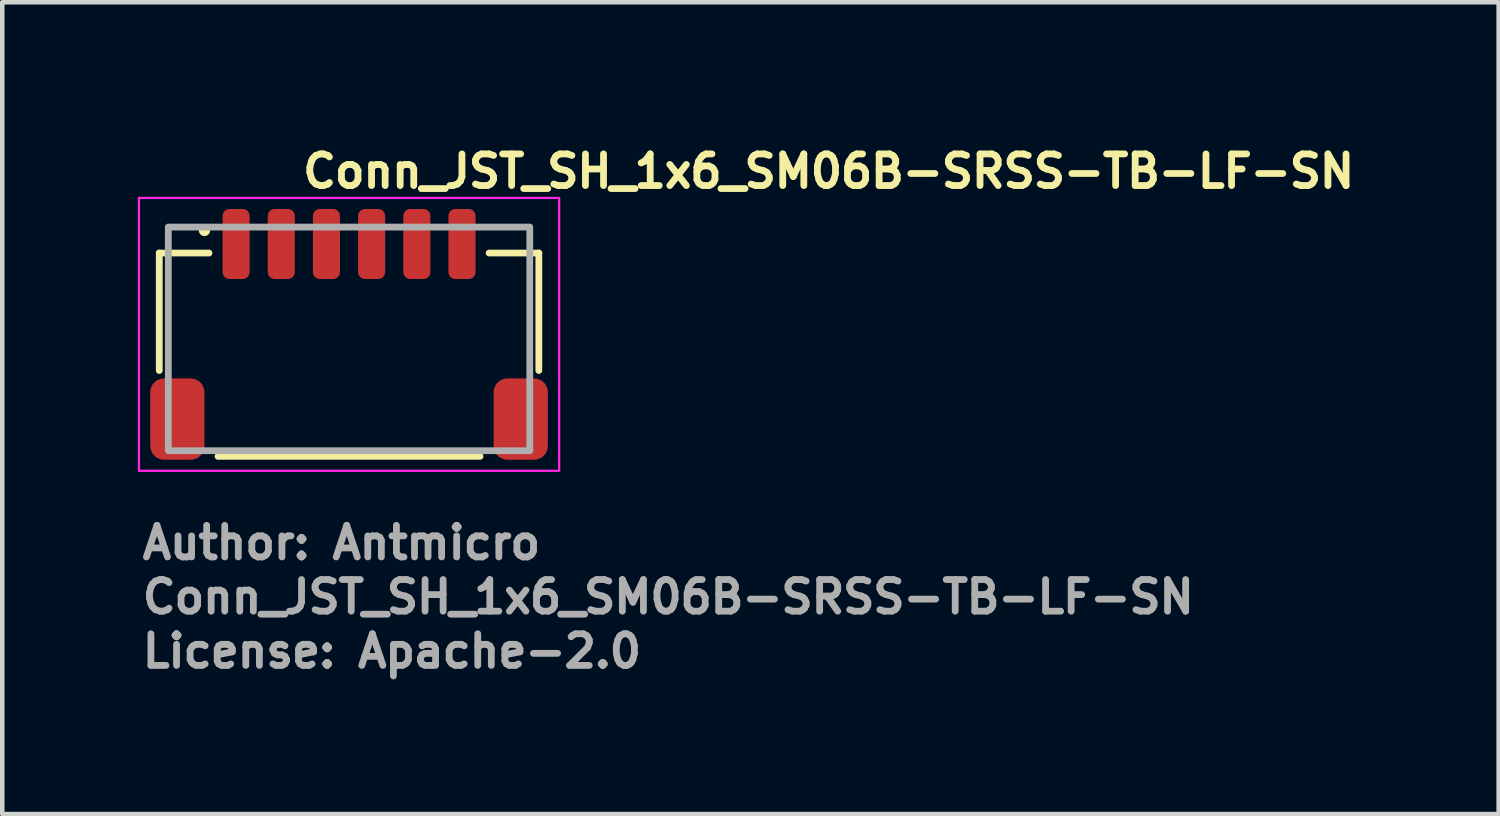
<source format=kicad_pcb>
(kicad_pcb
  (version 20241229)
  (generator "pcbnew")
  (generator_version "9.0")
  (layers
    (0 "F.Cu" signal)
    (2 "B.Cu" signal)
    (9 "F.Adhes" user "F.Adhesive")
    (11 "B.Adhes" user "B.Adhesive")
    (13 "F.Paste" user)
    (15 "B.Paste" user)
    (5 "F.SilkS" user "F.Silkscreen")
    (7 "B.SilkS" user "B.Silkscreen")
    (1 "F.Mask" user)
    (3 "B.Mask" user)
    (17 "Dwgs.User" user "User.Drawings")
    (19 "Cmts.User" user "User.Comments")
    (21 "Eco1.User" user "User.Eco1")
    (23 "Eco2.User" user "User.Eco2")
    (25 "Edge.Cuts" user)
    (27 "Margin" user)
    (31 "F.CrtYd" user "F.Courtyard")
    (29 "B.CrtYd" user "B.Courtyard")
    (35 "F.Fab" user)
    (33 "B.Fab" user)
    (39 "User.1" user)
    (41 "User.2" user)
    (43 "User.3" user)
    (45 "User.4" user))
  (footprint "Conn_JST_SH_1x6_SM06B-SRSS-TB-LF-SN"
    (layer "F.Cu")
    (at 4.675 4.45)
    (property "Reference" "Conn_JST_SH_1x6_SM06B-SRSS-TB-LF-SN" (at -1.1 -3.3 0) (layer "F.SilkS") (effects (font (size 0.7 0.7) (thickness 0.15)) (justify left bottom)))
    (attr smd)
    (fp_line (start -4.2 -1.9) (end -4.2 0.7) (stroke (width 0.15) (type solid)) (layer "F.SilkS"))
    (fp_line (start -3.1 -1.9) (end -4.2 -1.9) (stroke (width 0.15) (type solid)) (layer "F.SilkS"))
    (fp_line (start -2.9 2.6) (end 2.9 2.6) (stroke (width 0.15) (type solid)) (layer "F.SilkS"))
    (fp_line (start 3.1 -1.9) (end 4.2 -1.9) (stroke (width 0.15) (type solid)) (layer "F.SilkS"))
    (fp_line (start 4.2 -1.9) (end 4.2 0.7) (stroke (width 0.15) (type solid)) (layer "F.SilkS"))
    (fp_circle (center -3.2 -2.4) (end -3.15 -2.4) (stroke (width 0.15) (type solid)) (fill yes) (layer "F.SilkS"))
    (fp_rect (start -4.65 -3.12) (end 4.65 2.92) (stroke (width 0.05) (type solid)) (fill no) (layer "F.CrtYd"))
    (fp_rect (start -4 -2.475) (end 4 2.475) (stroke (width 0.15) (type solid)) (fill no) (layer "F.Fab"))
    (fp_rect (start -4 -2.475) (end 4 2.475) (stroke (width 0.1) (type solid)) (fill no) (layer "User.5"))
    (fp_line (start -4 -1.775) (end -4 -1.175) (stroke (width 0.02) (type solid)) (layer "User.9"))
    (fp_line (start -4 -1.175) (end -4 -1.125) (stroke (width 0.02) (type solid)) (layer "User.9"))
    (fp_line (start -4 -1.125) (end -4 -0.525) (stroke (width 0.02) (type solid)) (layer "User.9"))
    (fp_line (start -4 -0.325) (end -4 -0.525) (stroke (width 0.02) (type solid)) (layer "User.9"))
    (fp_line (start -4 -0.325) (end -3.9 -0.275) (stroke (width 0.02) (type solid)) (layer "User.9"))
    (fp_line (start -4 2.475) (end -4 -0.325) (stroke (width 0.02) (type solid)) (layer "User.9"))
    (fp_line (start -3.9 -0.275) (end -3.9 2.475) (stroke (width 0.02) (type solid)) (layer "User.9"))
    (fp_line (start -3.9 2.475) (end -4 2.475) (stroke (width 0.02) (type solid)) (layer "User.9"))
    (fp_line (start -3.7 -1.175) (end -4 -1.175) (stroke (width 0.02) (type solid)) (layer "User.9"))
    (fp_line (start -3.7 -1.125) (end -4 -1.125) (stroke (width 0.02) (type solid)) (layer "User.9"))
    (fp_line (start -3.7 -1.125) (end -3.7 -1.175) (stroke (width 0.02) (type solid)) (layer "User.9"))
    (fp_line (start -3.7 -0.525) (end -4 -0.525) (stroke (width 0.02) (type solid)) (layer "User.9"))
    (fp_line (start -3.7 -0.525) (end -3.7 -1.125) (stroke (width 0.02) (type solid)) (layer "User.9"))
    (fp_line (start -3.7 -0.525) (end -3.7 -0.275) (stroke (width 0.02) (type solid)) (layer "User.9"))
    (fp_line (start -3.7 -0.275) (end -3.9 -0.275) (stroke (width 0.02) (type solid)) (layer "User.9"))
    (fp_line (start -3.5 -1.775) (end -4 -1.775) (stroke (width 0.02) (type solid)) (layer "User.9"))
    (fp_line (start -3.5 -1.775) (end -3.5 -1.175) (stroke (width 0.02) (type solid)) (layer "User.9"))
    (fp_line (start -3.5 -1.775) (end -2.725 -1.775) (stroke (width 0.02) (type solid)) (layer "User.9"))
    (fp_line (start -3.5 -1.175) (end -3.45 -1.175) (stroke (width 0.02) (type solid)) (layer "User.9"))
    (fp_line (start -3.5 -0.275) (end -3.5 -1.175) (stroke (width 0.02) (type solid)) (layer "User.9"))
    (fp_line (start -3.45 -1.175) (end -3.45 -0.275) (stroke (width 0.02) (type solid)) (layer "User.9"))
    (fp_line (start -3.45 -0.275) (end -3.7 -0.275) (stroke (width 0.02) (type solid)) (layer "User.9"))
    (fp_line (start -2.575 -2.475) (end -2.575 -2.475) (stroke (width 0.02) (type solid)) (layer "User.9"))
    (fp_line (start -2.575 -2.475) (end -2.575 -2.474) (stroke (width 0.02) (type solid)) (layer "User.9"))
    (fp_line (start -2.575 -2.475) (end -2.425 -2.475) (stroke (width 0.02) (type solid)) (layer "User.9"))
    (fp_line (start -2.575 -2.475) (end -2.425 -2.475) (stroke (width 0.02) (type solid)) (layer "User.9"))
    (fp_line (start -2.575 -2.474) (end -2.575 -2.472) (stroke (width 0.02) (type solid)) (layer "User.9"))
    (fp_line (start -2.575 -2.472) (end -2.575 -2.47) (stroke (width 0.02) (type solid)) (layer "User.9"))
    (fp_line (start -2.575 -2.47) (end -2.575 -2.467) (stroke (width 0.02) (type solid)) (layer "User.9"))
    (fp_line (start -2.575 -2.467) (end -2.575 -2.464) (stroke (width 0.02) (type solid)) (layer "User.9"))
    (fp_line (start -2.575 -2.464) (end -2.575 -2.46) (stroke (width 0.02) (type solid)) (layer "User.9"))
    (fp_line (start -2.575 -2.46) (end -2.575 -2.456) (stroke (width 0.02) (type solid)) (layer "User.9"))
    (fp_line (start -2.575 -2.456) (end -2.575 -2.452) (stroke (width 0.02) (type solid)) (layer "User.9"))
    (fp_line (start -2.575 -2.452) (end -2.575 -2.447) (stroke (width 0.02) (type solid)) (layer "User.9"))
    (fp_line (start -2.575 -2.447) (end -2.575 -2.442) (stroke (width 0.02) (type solid)) (layer "User.9"))
    (fp_line (start -2.575 -2.442) (end -2.575 -2.436) (stroke (width 0.02) (type solid)) (layer "User.9"))
    (fp_line (start -2.575 -2.436) (end -2.575 -2.431) (stroke (width 0.02) (type solid)) (layer "User.9"))
    (fp_line (start -2.575 -2.431) (end -2.575 -2.425) (stroke (width 0.02) (type solid)) (layer "User.9"))
    (fp_line (start -2.575 -2.425) (end -2.575 -1.999) (stroke (width 0.02) (type solid)) (layer "User.9"))
    (fp_line (start -2.575 -2.425) (end -2.425 -2.425) (stroke (width 0.02) (type solid)) (layer "User.9"))
    (fp_line (start -2.575 -1.999) (end -2.575 -1.625) (stroke (width 0.02) (type solid)) (layer "User.9"))
    (fp_line (start -2.575 -1.999) (end -2.425 -1.999) (stroke (width 0.02) (type solid)) (layer "User.9"))
    (fp_line (start -2.575 -1.625) (end -2.725 -1.775) (stroke (width 0.02) (type solid)) (layer "User.9"))
    (fp_line (start -2.575 -1.625) (end -2.575 -1.175) (stroke (width 0.02) (type solid)) (layer "User.9"))
    (fp_line (start -2.575 -1.175) (end -2.575 -1.625) (stroke (width 0.02) (type solid)) (layer "User.9"))
    (fp_line (start -2.425 -2.475) (end -2.425 -2.475) (stroke (width 0.02) (type solid)) (layer "User.9"))
    (fp_line (start -2.425 -2.475) (end -2.425 -2.474) (stroke (width 0.02) (type solid)) (layer "User.9"))
    (fp_line (start -2.425 -2.474) (end -2.425 -2.472) (stroke (width 0.02) (type solid)) (layer "User.9"))
    (fp_line (start -2.425 -2.472) (end -2.425 -2.47) (stroke (width 0.02) (type solid)) (layer "User.9"))
    (fp_line (start -2.425 -2.47) (end -2.425 -2.467) (stroke (width 0.02) (type solid)) (layer "User.9"))
    (fp_line (start -2.425 -2.467) (end -2.425 -2.464) (stroke (width 0.02) (type solid)) (layer "User.9"))
    (fp_line (start -2.425 -2.464) (end -2.425 -2.46) (stroke (width 0.02) (type solid)) (layer "User.9"))
    (fp_line (start -2.425 -2.46) (end -2.425 -2.456) (stroke (width 0.02) (type solid)) (layer "User.9"))
    (fp_line (start -2.425 -2.456) (end -2.425 -2.452) (stroke (width 0.02) (type solid)) (layer "User.9"))
    (fp_line (start -2.425 -2.452) (end -2.425 -2.447) (stroke (width 0.02) (type solid)) (layer "User.9"))
    (fp_line (start -2.425 -2.447) (end -2.425 -2.442) (stroke (width 0.02) (type solid)) (layer "User.9"))
    (fp_line (start -2.425 -2.442) (end -2.425 -2.436) (stroke (width 0.02) (type solid)) (layer "User.9"))
    (fp_line (start -2.425 -2.436) (end -2.425 -2.431) (stroke (width 0.02) (type solid)) (layer "User.9"))
    (fp_line (start -2.425 -2.431) (end -2.425 -2.425) (stroke (width 0.02) (type solid)) (layer "User.9"))
    (fp_line (start -2.425 -2.425) (end -2.425 -1.999) (stroke (width 0.02) (type solid)) (layer "User.9"))
    (fp_line (start -2.425 -1.999) (end -2.425 -1.625) (stroke (width 0.02) (type solid)) (layer "User.9"))
    (fp_line (start -2.425 -1.625) (end -2.575 -1.625) (stroke (width 0.02) (type solid)) (layer "User.9"))
    (fp_line (start -2.425 -1.625) (end -2.425 -1.175) (stroke (width 0.02) (type solid)) (layer "User.9"))
    (fp_line (start -2.425 -1.175) (end -2.425 -1.625) (stroke (width 0.02) (type solid)) (layer "User.9"))
    (fp_line (start -2.275 -1.775) (end -2.425 -1.625) (stroke (width 0.02) (type solid)) (layer "User.9"))
    (fp_line (start -2.275 -1.775) (end -1.725 -1.775) (stroke (width 0.02) (type solid)) (layer "User.9"))
    (fp_line (start -1.575 -2.475) (end -1.575 -2.475) (stroke (width 0.02) (type solid)) (layer "User.9"))
    (fp_line (start -1.575 -2.475) (end -1.575 -2.474) (stroke (width 0.02) (type solid)) (layer "User.9"))
    (fp_line (start -1.575 -2.475) (end -1.425 -2.475) (stroke (width 0.02) (type solid)) (layer "User.9"))
    (fp_line (start -1.575 -2.475) (end -1.425 -2.475) (stroke (width 0.02) (type solid)) (layer "User.9"))
    (fp_line (start -1.575 -2.474) (end -1.575 -2.472) (stroke (width 0.02) (type solid)) (layer "User.9"))
    (fp_line (start -1.575 -2.472) (end -1.575 -2.47) (stroke (width 0.02) (type solid)) (layer "User.9"))
    (fp_line (start -1.575 -2.47) (end -1.575 -2.467) (stroke (width 0.02) (type solid)) (layer "User.9"))
    (fp_line (start -1.575 -2.467) (end -1.575 -2.464) (stroke (width 0.02) (type solid)) (layer "User.9"))
    (fp_line (start -1.575 -2.464) (end -1.575 -2.46) (stroke (width 0.02) (type solid)) (layer "User.9"))
    (fp_line (start -1.575 -2.46) (end -1.575 -2.456) (stroke (width 0.02) (type solid)) (layer "User.9"))
    (fp_line (start -1.575 -2.456) (end -1.575 -2.452) (stroke (width 0.02) (type solid)) (layer "User.9"))
    (fp_line (start -1.575 -2.452) (end -1.575 -2.447) (stroke (width 0.02) (type solid)) (layer "User.9"))
    (fp_line (start -1.575 -2.447) (end -1.575 -2.442) (stroke (width 0.02) (type solid)) (layer "User.9"))
    (fp_line (start -1.575 -2.442) (end -1.575 -2.436) (stroke (width 0.02) (type solid)) (layer "User.9"))
    (fp_line (start -1.575 -2.436) (end -1.575 -2.431) (stroke (width 0.02) (type solid)) (layer "User.9"))
    (fp_line (start -1.575 -2.431) (end -1.575 -2.425) (stroke (width 0.02) (type solid)) (layer "User.9"))
    (fp_line (start -1.575 -2.425) (end -1.575 -1.999) (stroke (width 0.02) (type solid)) (layer "User.9"))
    (fp_line (start -1.575 -2.425) (end -1.425 -2.425) (stroke (width 0.02) (type solid)) (layer "User.9"))
    (fp_line (start -1.575 -1.999) (end -1.575 -1.625) (stroke (width 0.02) (type solid)) (layer "User.9"))
    (fp_line (start -1.575 -1.999) (end -1.425 -1.999) (stroke (width 0.02) (type solid)) (layer "User.9"))
    (fp_line (start -1.575 -1.625) (end -1.725 -1.775) (stroke (width 0.02) (type solid)) (layer "User.9"))
    (fp_line (start -1.575 -1.625) (end -1.575 -1.175) (stroke (width 0.02) (type solid)) (layer "User.9"))
    (fp_line (start -1.575 -1.175) (end -1.575 -1.625) (stroke (width 0.02) (type solid)) (layer "User.9"))
    (fp_line (start -1.425 -2.475) (end -1.425 -2.475) (stroke (width 0.02) (type solid)) (layer "User.9"))
    (fp_line (start -1.425 -2.475) (end -1.425 -2.474) (stroke (width 0.02) (type solid)) (layer "User.9"))
    (fp_line (start -1.425 -2.474) (end -1.425 -2.472) (stroke (width 0.02) (type solid)) (layer "User.9"))
    (fp_line (start -1.425 -2.472) (end -1.425 -2.47) (stroke (width 0.02) (type solid)) (layer "User.9"))
    (fp_line (start -1.425 -2.47) (end -1.425 -2.467) (stroke (width 0.02) (type solid)) (layer "User.9"))
    (fp_line (start -1.425 -2.467) (end -1.425 -2.464) (stroke (width 0.02) (type solid)) (layer "User.9"))
    (fp_line (start -1.425 -2.464) (end -1.425 -2.46) (stroke (width 0.02) (type solid)) (layer "User.9"))
    (fp_line (start -1.425 -2.46) (end -1.425 -2.456) (stroke (width 0.02) (type solid)) (layer "User.9"))
    (fp_line (start -1.425 -2.456) (end -1.425 -2.452) (stroke (width 0.02) (type solid)) (layer "User.9"))
    (fp_line (start -1.425 -2.452) (end -1.425 -2.447) (stroke (width 0.02) (type solid)) (layer "User.9"))
    (fp_line (start -1.425 -2.447) (end -1.425 -2.442) (stroke (width 0.02) (type solid)) (layer "User.9"))
    (fp_line (start -1.425 -2.442) (end -1.425 -2.436) (stroke (width 0.02) (type solid)) (layer "User.9"))
    (fp_line (start -1.425 -2.436) (end -1.425 -2.431) (stroke (width 0.02) (type solid)) (layer "User.9"))
    (fp_line (start -1.425 -2.431) (end -1.425 -2.425) (stroke (width 0.02) (type solid)) (layer "User.9"))
    (fp_line (start -1.425 -2.425) (end -1.425 -1.999) (stroke (width 0.02) (type solid)) (layer "User.9"))
    (fp_line (start -1.425 -1.999) (end -1.425 -1.625) (stroke (width 0.02) (type solid)) (layer "User.9"))
    (fp_line (start -1.425 -1.625) (end -1.575 -1.625) (stroke (width 0.02) (type solid)) (layer "User.9"))
    (fp_line (start -1.425 -1.625) (end -1.425 -1.175) (stroke (width 0.02) (type solid)) (layer "User.9"))
    (fp_line (start -1.425 -1.175) (end -1.425 -1.625) (stroke (width 0.02) (type solid)) (layer "User.9"))
    (fp_line (start -1.275 -1.775) (end -1.425 -1.625) (stroke (width 0.02) (type solid)) (layer "User.9"))
    (fp_line (start -1.275 -1.775) (end -0.725 -1.775) (stroke (width 0.02) (type solid)) (layer "User.9"))
    (fp_line (start -0.725 -1.775) (end -0.575 -1.625) (stroke (width 0.02) (type solid)) (layer "User.9"))
    (fp_line (start -0.575 -2.475) (end -0.575 -2.475) (stroke (width 0.02) (type solid)) (layer "User.9"))
    (fp_line (start -0.575 -2.475) (end -0.575 -2.474) (stroke (width 0.02) (type solid)) (layer "User.9"))
    (fp_line (start -0.575 -2.475) (end -0.425 -2.475) (stroke (width 0.02) (type solid)) (layer "User.9"))
    (fp_line (start -0.575 -2.475) (end -0.425 -2.475) (stroke (width 0.02) (type solid)) (layer "User.9"))
    (fp_line (start -0.575 -2.474) (end -0.575 -2.472) (stroke (width 0.02) (type solid)) (layer "User.9"))
    (fp_line (start -0.575 -2.472) (end -0.575 -2.47) (stroke (width 0.02) (type solid)) (layer "User.9"))
    (fp_line (start -0.575 -2.47) (end -0.575 -2.467) (stroke (width 0.02) (type solid)) (layer "User.9"))
    (fp_line (start -0.575 -2.467) (end -0.575 -2.464) (stroke (width 0.02) (type solid)) (layer "User.9"))
    (fp_line (start -0.575 -2.464) (end -0.575 -2.46) (stroke (width 0.02) (type solid)) (layer "User.9"))
    (fp_line (start -0.575 -2.46) (end -0.575 -2.456) (stroke (width 0.02) (type solid)) (layer "User.9"))
    (fp_line (start -0.575 -2.456) (end -0.575 -2.452) (stroke (width 0.02) (type solid)) (layer "User.9"))
    (fp_line (start -0.575 -2.452) (end -0.575 -2.447) (stroke (width 0.02) (type solid)) (layer "User.9"))
    (fp_line (start -0.575 -2.447) (end -0.575 -2.442) (stroke (width 0.02) (type solid)) (layer "User.9"))
    (fp_line (start -0.575 -2.442) (end -0.575 -2.436) (stroke (width 0.02) (type solid)) (layer "User.9"))
    (fp_line (start -0.575 -2.436) (end -0.575 -2.431) (stroke (width 0.02) (type solid)) (layer "User.9"))
    (fp_line (start -0.575 -2.431) (end -0.575 -2.425) (stroke (width 0.02) (type solid)) (layer "User.9"))
    (fp_line (start -0.575 -2.425) (end -0.575 -1.999) (stroke (width 0.02) (type solid)) (layer "User.9"))
    (fp_line (start -0.575 -2.425) (end -0.425 -2.425) (stroke (width 0.02) (type solid)) (layer "User.9"))
    (fp_line (start -0.575 -1.999) (end -0.575 -1.625) (stroke (width 0.02) (type solid)) (layer "User.9"))
    (fp_line (start -0.575 -1.999) (end -0.425 -1.999) (stroke (width 0.02) (type solid)) (layer "User.9"))
    (fp_line (start -0.575 -1.625) (end -0.575 -1.175) (stroke (width 0.02) (type solid)) (layer "User.9"))
    (fp_line (start -0.575 -1.625) (end -0.575 -1.175) (stroke (width 0.02) (type solid)) (layer "User.9"))
    (fp_line (start -0.425 -2.475) (end -0.425 -2.475) (stroke (width 0.02) (type solid)) (layer "User.9"))
    (fp_line (start -0.425 -2.475) (end -0.425 -2.474) (stroke (width 0.02) (type solid)) (layer "User.9"))
    (fp_line (start -0.425 -2.474) (end -0.425 -2.472) (stroke (width 0.02) (type solid)) (layer "User.9"))
    (fp_line (start -0.425 -2.472) (end -0.425 -2.47) (stroke (width 0.02) (type solid)) (layer "User.9"))
    (fp_line (start -0.425 -2.47) (end -0.425 -2.467) (stroke (width 0.02) (type solid)) (layer "User.9"))
    (fp_line (start -0.425 -2.467) (end -0.425 -2.464) (stroke (width 0.02) (type solid)) (layer "User.9"))
    (fp_line (start -0.425 -2.464) (end -0.425 -2.46) (stroke (width 0.02) (type solid)) (layer "User.9"))
    (fp_line (start -0.425 -2.46) (end -0.425 -2.456) (stroke (width 0.02) (type solid)) (layer "User.9"))
    (fp_line (start -0.425 -2.456) (end -0.425 -2.452) (stroke (width 0.02) (type solid)) (layer "User.9"))
    (fp_line (start -0.425 -2.452) (end -0.425 -2.447) (stroke (width 0.02) (type solid)) (layer "User.9"))
    (fp_line (start -0.425 -2.447) (end -0.425 -2.442) (stroke (width 0.02) (type solid)) (layer "User.9"))
    (fp_line (start -0.425 -2.442) (end -0.425 -2.436) (stroke (width 0.02) (type solid)) (layer "User.9"))
    (fp_line (start -0.425 -2.436) (end -0.425 -2.431) (stroke (width 0.02) (type solid)) (layer "User.9"))
    (fp_line (start -0.425 -2.431) (end -0.425 -2.425) (stroke (width 0.02) (type solid)) (layer "User.9"))
    (fp_line (start -0.425 -2.425) (end -0.425 -1.999) (stroke (width 0.02) (type solid)) (layer "User.9"))
    (fp_line (start -0.425 -1.999) (end -0.425 -1.625) (stroke (width 0.02) (type solid)) (layer "User.9"))
    (fp_line (start -0.425 -1.625) (end -0.575 -1.625) (stroke (width 0.02) (type solid)) (layer "User.9"))
    (fp_line (start -0.425 -1.625) (end -0.275 -1.775) (stroke (width 0.02) (type solid)) (layer "User.9"))
    (fp_line (start -0.425 -1.175) (end -0.425 -1.625) (stroke (width 0.02) (type solid)) (layer "User.9"))
    (fp_line (start -0.425 -1.175) (end -0.425 -1.625) (stroke (width 0.02) (type solid)) (layer "User.9"))
    (fp_line (start -0.275 -1.775) (end 0.275 -1.775) (stroke (width 0.02) (type solid)) (layer "User.9"))
    (fp_line (start 0.275 -1.775) (end 0.425 -1.625) (stroke (width 0.02) (type solid)) (layer "User.9"))
    (fp_line (start 0.425 -2.475) (end 0.425 -2.475) (stroke (width 0.02) (type solid)) (layer "User.9"))
    (fp_line (start 0.425 -2.475) (end 0.425 -2.474) (stroke (width 0.02) (type solid)) (layer "User.9"))
    (fp_line (start 0.425 -2.475) (end 0.575 -2.475) (stroke (width 0.02) (type solid)) (layer "User.9"))
    (fp_line (start 0.425 -2.475) (end 0.575 -2.475) (stroke (width 0.02) (type solid)) (layer "User.9"))
    (fp_line (start 0.425 -2.474) (end 0.425 -2.472) (stroke (width 0.02) (type solid)) (layer "User.9"))
    (fp_line (start 0.425 -2.472) (end 0.425 -2.47) (stroke (width 0.02) (type solid)) (layer "User.9"))
    (fp_line (start 0.425 -2.47) (end 0.425 -2.467) (stroke (width 0.02) (type solid)) (layer "User.9"))
    (fp_line (start 0.425 -2.467) (end 0.425 -2.464) (stroke (width 0.02) (type solid)) (layer "User.9"))
    (fp_line (start 0.425 -2.464) (end 0.425 -2.46) (stroke (width 0.02) (type solid)) (layer "User.9"))
    (fp_line (start 0.425 -2.46) (end 0.425 -2.456) (stroke (width 0.02) (type solid)) (layer "User.9"))
    (fp_line (start 0.425 -2.456) (end 0.425 -2.452) (stroke (width 0.02) (type solid)) (layer "User.9"))
    (fp_line (start 0.425 -2.452) (end 0.425 -2.447) (stroke (width 0.02) (type solid)) (layer "User.9"))
    (fp_line (start 0.425 -2.447) (end 0.425 -2.442) (stroke (width 0.02) (type solid)) (layer "User.9"))
    (fp_line (start 0.425 -2.442) (end 0.425 -2.436) (stroke (width 0.02) (type solid)) (layer "User.9"))
    (fp_line (start 0.425 -2.436) (end 0.425 -2.431) (stroke (width 0.02) (type solid)) (layer "User.9"))
    (fp_line (start 0.425 -2.431) (end 0.425 -2.425) (stroke (width 0.02) (type solid)) (layer "User.9"))
    (fp_line (start 0.425 -2.425) (end 0.425 -1.999) (stroke (width 0.02) (type solid)) (layer "User.9"))
    (fp_line (start 0.425 -2.425) (end 0.575 -2.425) (stroke (width 0.02) (type solid)) (layer "User.9"))
    (fp_line (start 0.425 -1.999) (end 0.425 -1.625) (stroke (width 0.02) (type solid)) (layer "User.9"))
    (fp_line (start 0.425 -1.999) (end 0.575 -1.999) (stroke (width 0.02) (type solid)) (layer "User.9"))
    (fp_line (start 0.425 -1.625) (end 0.425 -1.175) (stroke (width 0.02) (type solid)) (layer "User.9"))
    (fp_line (start 0.425 -1.625) (end 0.425 -1.175) (stroke (width 0.02) (type solid)) (layer "User.9"))
    (fp_line (start 0.575 -2.475) (end 0.575 -2.475) (stroke (width 0.02) (type solid)) (layer "User.9"))
    (fp_line (start 0.575 -2.475) (end 0.575 -2.474) (stroke (width 0.02) (type solid)) (layer "User.9"))
    (fp_line (start 0.575 -2.474) (end 0.575 -2.472) (stroke (width 0.02) (type solid)) (layer "User.9"))
    (fp_line (start 0.575 -2.472) (end 0.575 -2.47) (stroke (width 0.02) (type solid)) (layer "User.9"))
    (fp_line (start 0.575 -2.47) (end 0.575 -2.467) (stroke (width 0.02) (type solid)) (layer "User.9"))
    (fp_line (start 0.575 -2.467) (end 0.575 -2.464) (stroke (width 0.02) (type solid)) (layer "User.9"))
    (fp_line (start 0.575 -2.464) (end 0.575 -2.46) (stroke (width 0.02) (type solid)) (layer "User.9"))
    (fp_line (start 0.575 -2.46) (end 0.575 -2.456) (stroke (width 0.02) (type solid)) (layer "User.9"))
    (fp_line (start 0.575 -2.456) (end 0.575 -2.452) (stroke (width 0.02) (type solid)) (layer "User.9"))
    (fp_line (start 0.575 -2.452) (end 0.575 -2.447) (stroke (width 0.02) (type solid)) (layer "User.9"))
    (fp_line (start 0.575 -2.447) (end 0.575 -2.442) (stroke (width 0.02) (type solid)) (layer "User.9"))
    (fp_line (start 0.575 -2.442) (end 0.575 -2.436) (stroke (width 0.02) (type solid)) (layer "User.9"))
    (fp_line (start 0.575 -2.436) (end 0.575 -2.431) (stroke (width 0.02) (type solid)) (layer "User.9"))
    (fp_line (start 0.575 -2.431) (end 0.575 -2.425) (stroke (width 0.02) (type solid)) (layer "User.9"))
    (fp_line (start 0.575 -2.425) (end 0.575 -1.999) (stroke (width 0.02) (type solid)) (layer "User.9"))
    (fp_line (start 0.575 -1.999) (end 0.575 -1.625) (stroke (width 0.02) (type solid)) (layer "User.9"))
    (fp_line (start 0.575 -1.625) (end 0.425 -1.625) (stroke (width 0.02) (type solid)) (layer "User.9"))
    (fp_line (start 0.575 -1.625) (end 0.725 -1.775) (stroke (width 0.02) (type solid)) (layer "User.9"))
    (fp_line (start 0.575 -1.175) (end 0.575 -1.625) (stroke (width 0.02) (type solid)) (layer "User.9"))
    (fp_line (start 0.575 -1.175) (end 0.575 -1.625) (stroke (width 0.02) (type solid)) (layer "User.9"))
    (fp_line (start 0.725 -1.775) (end 1.275 -1.775) (stroke (width 0.02) (type solid)) (layer "User.9"))
    (fp_line (start 1.425 -2.475) (end 1.425 -2.475) (stroke (width 0.02) (type solid)) (layer "User.9"))
    (fp_line (start 1.425 -2.475) (end 1.425 -2.474) (stroke (width 0.02) (type solid)) (layer "User.9"))
    (fp_line (start 1.425 -2.475) (end 1.575 -2.475) (stroke (width 0.02) (type solid)) (layer "User.9"))
    (fp_line (start 1.425 -2.475) (end 1.575 -2.475) (stroke (width 0.02) (type solid)) (layer "User.9"))
    (fp_line (start 1.425 -2.474) (end 1.425 -2.472) (stroke (width 0.02) (type solid)) (layer "User.9"))
    (fp_line (start 1.425 -2.472) (end 1.425 -2.47) (stroke (width 0.02) (type solid)) (layer "User.9"))
    (fp_line (start 1.425 -2.47) (end 1.425 -2.467) (stroke (width 0.02) (type solid)) (layer "User.9"))
    (fp_line (start 1.425 -2.467) (end 1.425 -2.464) (stroke (width 0.02) (type solid)) (layer "User.9"))
    (fp_line (start 1.425 -2.464) (end 1.425 -2.46) (stroke (width 0.02) (type solid)) (layer "User.9"))
    (fp_line (start 1.425 -2.46) (end 1.425 -2.456) (stroke (width 0.02) (type solid)) (layer "User.9"))
    (fp_line (start 1.425 -2.456) (end 1.425 -2.452) (stroke (width 0.02) (type solid)) (layer "User.9"))
    (fp_line (start 1.425 -2.452) (end 1.425 -2.447) (stroke (width 0.02) (type solid)) (layer "User.9"))
    (fp_line (start 1.425 -2.447) (end 1.425 -2.442) (stroke (width 0.02) (type solid)) (layer "User.9"))
    (fp_line (start 1.425 -2.442) (end 1.425 -2.436) (stroke (width 0.02) (type solid)) (layer "User.9"))
    (fp_line (start 1.425 -2.436) (end 1.425 -2.431) (stroke (width 0.02) (type solid)) (layer "User.9"))
    (fp_line (start 1.425 -2.431) (end 1.425 -2.425) (stroke (width 0.02) (type solid)) (layer "User.9"))
    (fp_line (start 1.425 -2.425) (end 1.425 -1.999) (stroke (width 0.02) (type solid)) (layer "User.9"))
    (fp_line (start 1.425 -2.425) (end 1.575 -2.425) (stroke (width 0.02) (type solid)) (layer "User.9"))
    (fp_line (start 1.425 -1.999) (end 1.425 -1.625) (stroke (width 0.02) (type solid)) (layer "User.9"))
    (fp_line (start 1.425 -1.999) (end 1.575 -1.999) (stroke (width 0.02) (type solid)) (layer "User.9"))
    (fp_line (start 1.425 -1.625) (end 1.275 -1.775) (stroke (width 0.02) (type solid)) (layer "User.9"))
    (fp_line (start 1.425 -1.625) (end 1.425 -1.175) (stroke (width 0.02) (type solid)) (layer "User.9"))
    (fp_line (start 1.425 -1.175) (end 1.425 -1.625) (stroke (width 0.02) (type solid)) (layer "User.9"))
    (fp_line (start 1.575 -2.475) (end 1.575 -2.475) (stroke (width 0.02) (type solid)) (layer "User.9"))
    (fp_line (start 1.575 -2.475) (end 1.575 -2.474) (stroke (width 0.02) (type solid)) (layer "User.9"))
    (fp_line (start 1.575 -2.474) (end 1.575 -2.472) (stroke (width 0.02) (type solid)) (layer "User.9"))
    (fp_line (start 1.575 -2.472) (end 1.575 -2.47) (stroke (width 0.02) (type solid)) (layer "User.9"))
    (fp_line (start 1.575 -2.47) (end 1.575 -2.467) (stroke (width 0.02) (type solid)) (layer "User.9"))
    (fp_line (start 1.575 -2.467) (end 1.575 -2.464) (stroke (width 0.02) (type solid)) (layer "User.9"))
    (fp_line (start 1.575 -2.464) (end 1.575 -2.46) (stroke (width 0.02) (type solid)) (layer "User.9"))
    (fp_line (start 1.575 -2.46) (end 1.575 -2.456) (stroke (width 0.02) (type solid)) (layer "User.9"))
    (fp_line (start 1.575 -2.456) (end 1.575 -2.452) (stroke (width 0.02) (type solid)) (layer "User.9"))
    (fp_line (start 1.575 -2.452) (end 1.575 -2.447) (stroke (width 0.02) (type solid)) (layer "User.9"))
    (fp_line (start 1.575 -2.447) (end 1.575 -2.442) (stroke (width 0.02) (type solid)) (layer "User.9"))
    (fp_line (start 1.575 -2.442) (end 1.575 -2.436) (stroke (width 0.02) (type solid)) (layer "User.9"))
    (fp_line (start 1.575 -2.436) (end 1.575 -2.431) (stroke (width 0.02) (type solid)) (layer "User.9"))
    (fp_line (start 1.575 -2.431) (end 1.575 -2.425) (stroke (width 0.02) (type solid)) (layer "User.9"))
    (fp_line (start 1.575 -2.425) (end 1.575 -1.999) (stroke (width 0.02) (type solid)) (layer "User.9"))
    (fp_line (start 1.575 -1.999) (end 1.575 -1.625) (stroke (width 0.02) (type solid)) (layer "User.9"))
    (fp_line (start 1.575 -1.625) (end 1.425 -1.625) (stroke (width 0.02) (type solid)) (layer "User.9"))
    (fp_line (start 1.575 -1.625) (end 1.575 -1.175) (stroke (width 0.02) (type solid)) (layer "User.9"))
    (fp_line (start 1.575 -1.175) (end 1.575 -1.625) (stroke (width 0.02) (type solid)) (layer "User.9"))
    (fp_line (start 1.725 -1.775) (end 1.575 -1.625) (stroke (width 0.02) (type solid)) (layer "User.9"))
    (fp_line (start 1.725 -1.775) (end 2.275 -1.775) (stroke (width 0.02) (type solid)) (layer "User.9"))
    (fp_line (start 2.425 -2.475) (end 2.425 -2.475) (stroke (width 0.02) (type solid)) (layer "User.9"))
    (fp_line (start 2.425 -2.475) (end 2.425 -2.474) (stroke (width 0.02) (type solid)) (layer "User.9"))
    (fp_line (start 2.425 -2.475) (end 2.575 -2.475) (stroke (width 0.02) (type solid)) (layer "User.9"))
    (fp_line (start 2.425 -2.475) (end 2.575 -2.475) (stroke (width 0.02) (type solid)) (layer "User.9"))
    (fp_line (start 2.425 -2.474) (end 2.425 -2.472) (stroke (width 0.02) (type solid)) (layer "User.9"))
    (fp_line (start 2.425 -2.472) (end 2.425 -2.47) (stroke (width 0.02) (type solid)) (layer "User.9"))
    (fp_line (start 2.425 -2.47) (end 2.425 -2.467) (stroke (width 0.02) (type solid)) (layer "User.9"))
    (fp_line (start 2.425 -2.467) (end 2.425 -2.464) (stroke (width 0.02) (type solid)) (layer "User.9"))
    (fp_line (start 2.425 -2.464) (end 2.425 -2.46) (stroke (width 0.02) (type solid)) (layer "User.9"))
    (fp_line (start 2.425 -2.46) (end 2.425 -2.456) (stroke (width 0.02) (type solid)) (layer "User.9"))
    (fp_line (start 2.425 -2.456) (end 2.425 -2.452) (stroke (width 0.02) (type solid)) (layer "User.9"))
    (fp_line (start 2.425 -2.452) (end 2.425 -2.447) (stroke (width 0.02) (type solid)) (layer "User.9"))
    (fp_line (start 2.425 -2.447) (end 2.425 -2.442) (stroke (width 0.02) (type solid)) (layer "User.9"))
    (fp_line (start 2.425 -2.442) (end 2.425 -2.436) (stroke (width 0.02) (type solid)) (layer "User.9"))
    (fp_line (start 2.425 -2.436) (end 2.425 -2.431) (stroke (width 0.02) (type solid)) (layer "User.9"))
    (fp_line (start 2.425 -2.431) (end 2.425 -2.425) (stroke (width 0.02) (type solid)) (layer "User.9"))
    (fp_line (start 2.425 -2.425) (end 2.425 -1.999) (stroke (width 0.02) (type solid)) (layer "User.9"))
    (fp_line (start 2.425 -2.425) (end 2.575 -2.425) (stroke (width 0.02) (type solid)) (layer "User.9"))
    (fp_line (start 2.425 -1.999) (end 2.425 -1.625) (stroke (width 0.02) (type solid)) (layer "User.9"))
    (fp_line (start 2.425 -1.999) (end 2.575 -1.999) (stroke (width 0.02) (type solid)) (layer "User.9"))
    (fp_line (start 2.425 -1.625) (end 2.275 -1.775) (stroke (width 0.02) (type solid)) (layer "User.9"))
    (fp_line (start 2.425 -1.625) (end 2.425 -1.175) (stroke (width 0.02) (type solid)) (layer "User.9"))
    (fp_line (start 2.425 -1.175) (end 2.425 -1.625) (stroke (width 0.02) (type solid)) (layer "User.9"))
    (fp_line (start 2.575 -2.475) (end 2.575 -2.475) (stroke (width 0.02) (type solid)) (layer "User.9"))
    (fp_line (start 2.575 -2.475) (end 2.575 -2.474) (stroke (width 0.02) (type solid)) (layer "User.9"))
    (fp_line (start 2.575 -2.474) (end 2.575 -2.472) (stroke (width 0.02) (type solid)) (layer "User.9"))
    (fp_line (start 2.575 -2.472) (end 2.575 -2.47) (stroke (width 0.02) (type solid)) (layer "User.9"))
    (fp_line (start 2.575 -2.47) (end 2.575 -2.467) (stroke (width 0.02) (type solid)) (layer "User.9"))
    (fp_line (start 2.575 -2.467) (end 2.575 -2.464) (stroke (width 0.02) (type solid)) (layer "User.9"))
    (fp_line (start 2.575 -2.464) (end 2.575 -2.46) (stroke (width 0.02) (type solid)) (layer "User.9"))
    (fp_line (start 2.575 -2.46) (end 2.575 -2.456) (stroke (width 0.02) (type solid)) (layer "User.9"))
    (fp_line (start 2.575 -2.456) (end 2.575 -2.452) (stroke (width 0.02) (type solid)) (layer "User.9"))
    (fp_line (start 2.575 -2.452) (end 2.575 -2.447) (stroke (width 0.02) (type solid)) (layer "User.9"))
    (fp_line (start 2.575 -2.447) (end 2.575 -2.442) (stroke (width 0.02) (type solid)) (layer "User.9"))
    (fp_line (start 2.575 -2.442) (end 2.575 -2.436) (stroke (width 0.02) (type solid)) (layer "User.9"))
    (fp_line (start 2.575 -2.436) (end 2.575 -2.431) (stroke (width 0.02) (type solid)) (layer "User.9"))
    (fp_line (start 2.575 -2.431) (end 2.575 -2.425) (stroke (width 0.02) (type solid)) (layer "User.9"))
    (fp_line (start 2.575 -2.425) (end 2.575 -1.999) (stroke (width 0.02) (type solid)) (layer "User.9"))
    (fp_line (start 2.575 -1.999) (end 2.575 -1.625) (stroke (width 0.02) (type solid)) (layer "User.9"))
    (fp_line (start 2.575 -1.625) (end 2.425 -1.625) (stroke (width 0.02) (type solid)) (layer "User.9"))
    (fp_line (start 2.575 -1.625) (end 2.575 -1.175) (stroke (width 0.02) (type solid)) (layer "User.9"))
    (fp_line (start 2.575 -1.175) (end 2.575 -1.625) (stroke (width 0.02) (type solid)) (layer "User.9"))
    (fp_line (start 2.725 -1.775) (end 2.575 -1.625) (stroke (width 0.02) (type solid)) (layer "User.9"))
    (fp_line (start 2.725 -1.775) (end 3.5 -1.775) (stroke (width 0.02) (type solid)) (layer "User.9"))
    (fp_line (start 3.45 -1.175) (end -3.45 -1.175) (stroke (width 0.02) (type solid)) (layer "User.9"))
    (fp_line (start 3.45 -1.175) (end 3.5 -1.175) (stroke (width 0.02) (type solid)) (layer "User.9"))
    (fp_line (start 3.45 -0.275) (end 3.45 -1.175) (stroke (width 0.02) (type solid)) (layer "User.9"))
    (fp_line (start 3.45 -0.275) (end 3.7 -0.275) (stroke (width 0.02) (type solid)) (layer "User.9"))
    (fp_line (start 3.5 -1.775) (end 4 -1.775) (stroke (width 0.02) (type solid)) (layer "User.9"))
    (fp_line (start 3.5 -1.175) (end 3.5 -1.775) (stroke (width 0.02) (type solid)) (layer "User.9"))
    (fp_line (start 3.5 -1.175) (end 3.5 -0.275) (stroke (width 0.02) (type solid)) (layer "User.9"))
    (fp_line (start 3.7 -1.175) (end 4 -1.175) (stroke (width 0.02) (type solid)) (layer "User.9"))
    (fp_line (start 3.7 -1.125) (end 3.7 -1.175) (stroke (width 0.02) (type solid)) (layer "User.9"))
    (fp_line (start 3.7 -1.125) (end 4 -1.125) (stroke (width 0.02) (type solid)) (layer "User.9"))
    (fp_line (start 3.7 -0.525) (end 3.7 -1.125) (stroke (width 0.02) (type solid)) (layer "User.9"))
    (fp_line (start 3.7 -0.525) (end 3.7 -0.275) (stroke (width 0.02) (type solid)) (layer "User.9"))
    (fp_line (start 3.7 -0.525) (end 4 -0.525) (stroke (width 0.02) (type solid)) (layer "User.9"))
    (fp_line (start 3.7 -0.275) (end 3.9 -0.275) (stroke (width 0.02) (type solid)) (layer "User.9"))
    (fp_line (start 3.9 -0.275) (end 4 -0.325) (stroke (width 0.02) (type solid)) (layer "User.9"))
    (fp_line (start 3.9 2.475) (end -3.9 2.475) (stroke (width 0.02) (type solid)) (layer "User.9"))
    (fp_line (start 3.9 2.475) (end 3.9 -0.275) (stroke (width 0.02) (type solid)) (layer "User.9"))
    (fp_line (start 4 -1.775) (end 4 -1.175) (stroke (width 0.02) (type solid)) (layer "User.9"))
    (fp_line (start 4 -1.175) (end 4 -1.125) (stroke (width 0.02) (type solid)) (layer "User.9"))
    (fp_line (start 4 -1.125) (end 4 -0.525) (stroke (width 0.02) (type solid)) (layer "User.9"))
    (fp_line (start 4 -0.325) (end 4 -0.525) (stroke (width 0.02) (type solid)) (layer "User.9"))
    (fp_line (start 4 -0.325) (end 4 2.475) (stroke (width 0.02) (type solid)) (layer "User.9"))
    (fp_line (start 4 2.475) (end 3.9 2.475) (stroke (width 0.02) (type solid)) (layer "User.9"))
    (fp_text user "${REFERENCE}" (at -4.65 6.12 0) (layer "F.Fab") (effects (font (size 0.7 0.7) (thickness 0.15)) (justify left bottom)))
    (fp_text user "Author: Antmicro" (at -4.65 4.92 0) (layer "F.Fab") (effects (font (size 0.7 0.7) (thickness 0.15)) (justify left bottom)))
    (fp_text user "License: Apache-2.0" (at -4.65 7.32 0) (layer "F.Fab") (effects (font (size 0.7 0.7) (thickness 0.15)) (justify left bottom)))
    (pad "1" smd roundrect (at -2.5 -2.1 180) (size 0.6 1.55) (layers "F.Cu" "F.Mask" "F.Paste") (roundrect_rratio 0.25))
    (pad "2" smd roundrect (at -1.5 -2.1 180) (size 0.6 1.55) (layers "F.Cu" "F.Mask" "F.Paste") (roundrect_rratio 0.25))
    (pad "3" smd roundrect (at -0.5 -2.1 180) (size 0.6 1.55) (layers "F.Cu" "F.Mask" "F.Paste") (roundrect_rratio 0.25))
    (pad "4" smd roundrect (at 0.5 -2.1 180) (size 0.6 1.55) (layers "F.Cu" "F.Mask" "F.Paste") (roundrect_rratio 0.25))
    (pad "5" smd roundrect (at 1.5 -2.1 180) (size 0.6 1.55) (layers "F.Cu" "F.Mask" "F.Paste") (roundrect_rratio 0.25))
    (pad "6" smd roundrect (at 2.5 -2.1 180) (size 0.6 1.55) (layers "F.Cu" "F.Mask" "F.Paste") (roundrect_rratio 0.25))
    (pad "MP" smd roundrect (at -3.8 1.775) (size 1.2 1.8) (layers "F.Cu" "F.Mask" "F.Paste") (roundrect_rratio 0.25))
    (pad "MP" smd roundrect (at 3.8 1.775) (size 1.2 1.8) (layers "F.Cu" "F.Mask" "F.Paste") (roundrect_rratio 0.25)))
  (gr_rect
    (start -3 -3)
    (end 30.118 14.966)
    (stroke (width 0.1) (type default))
    (fill no)
    (layer "Edge.Cuts")))
</source>
